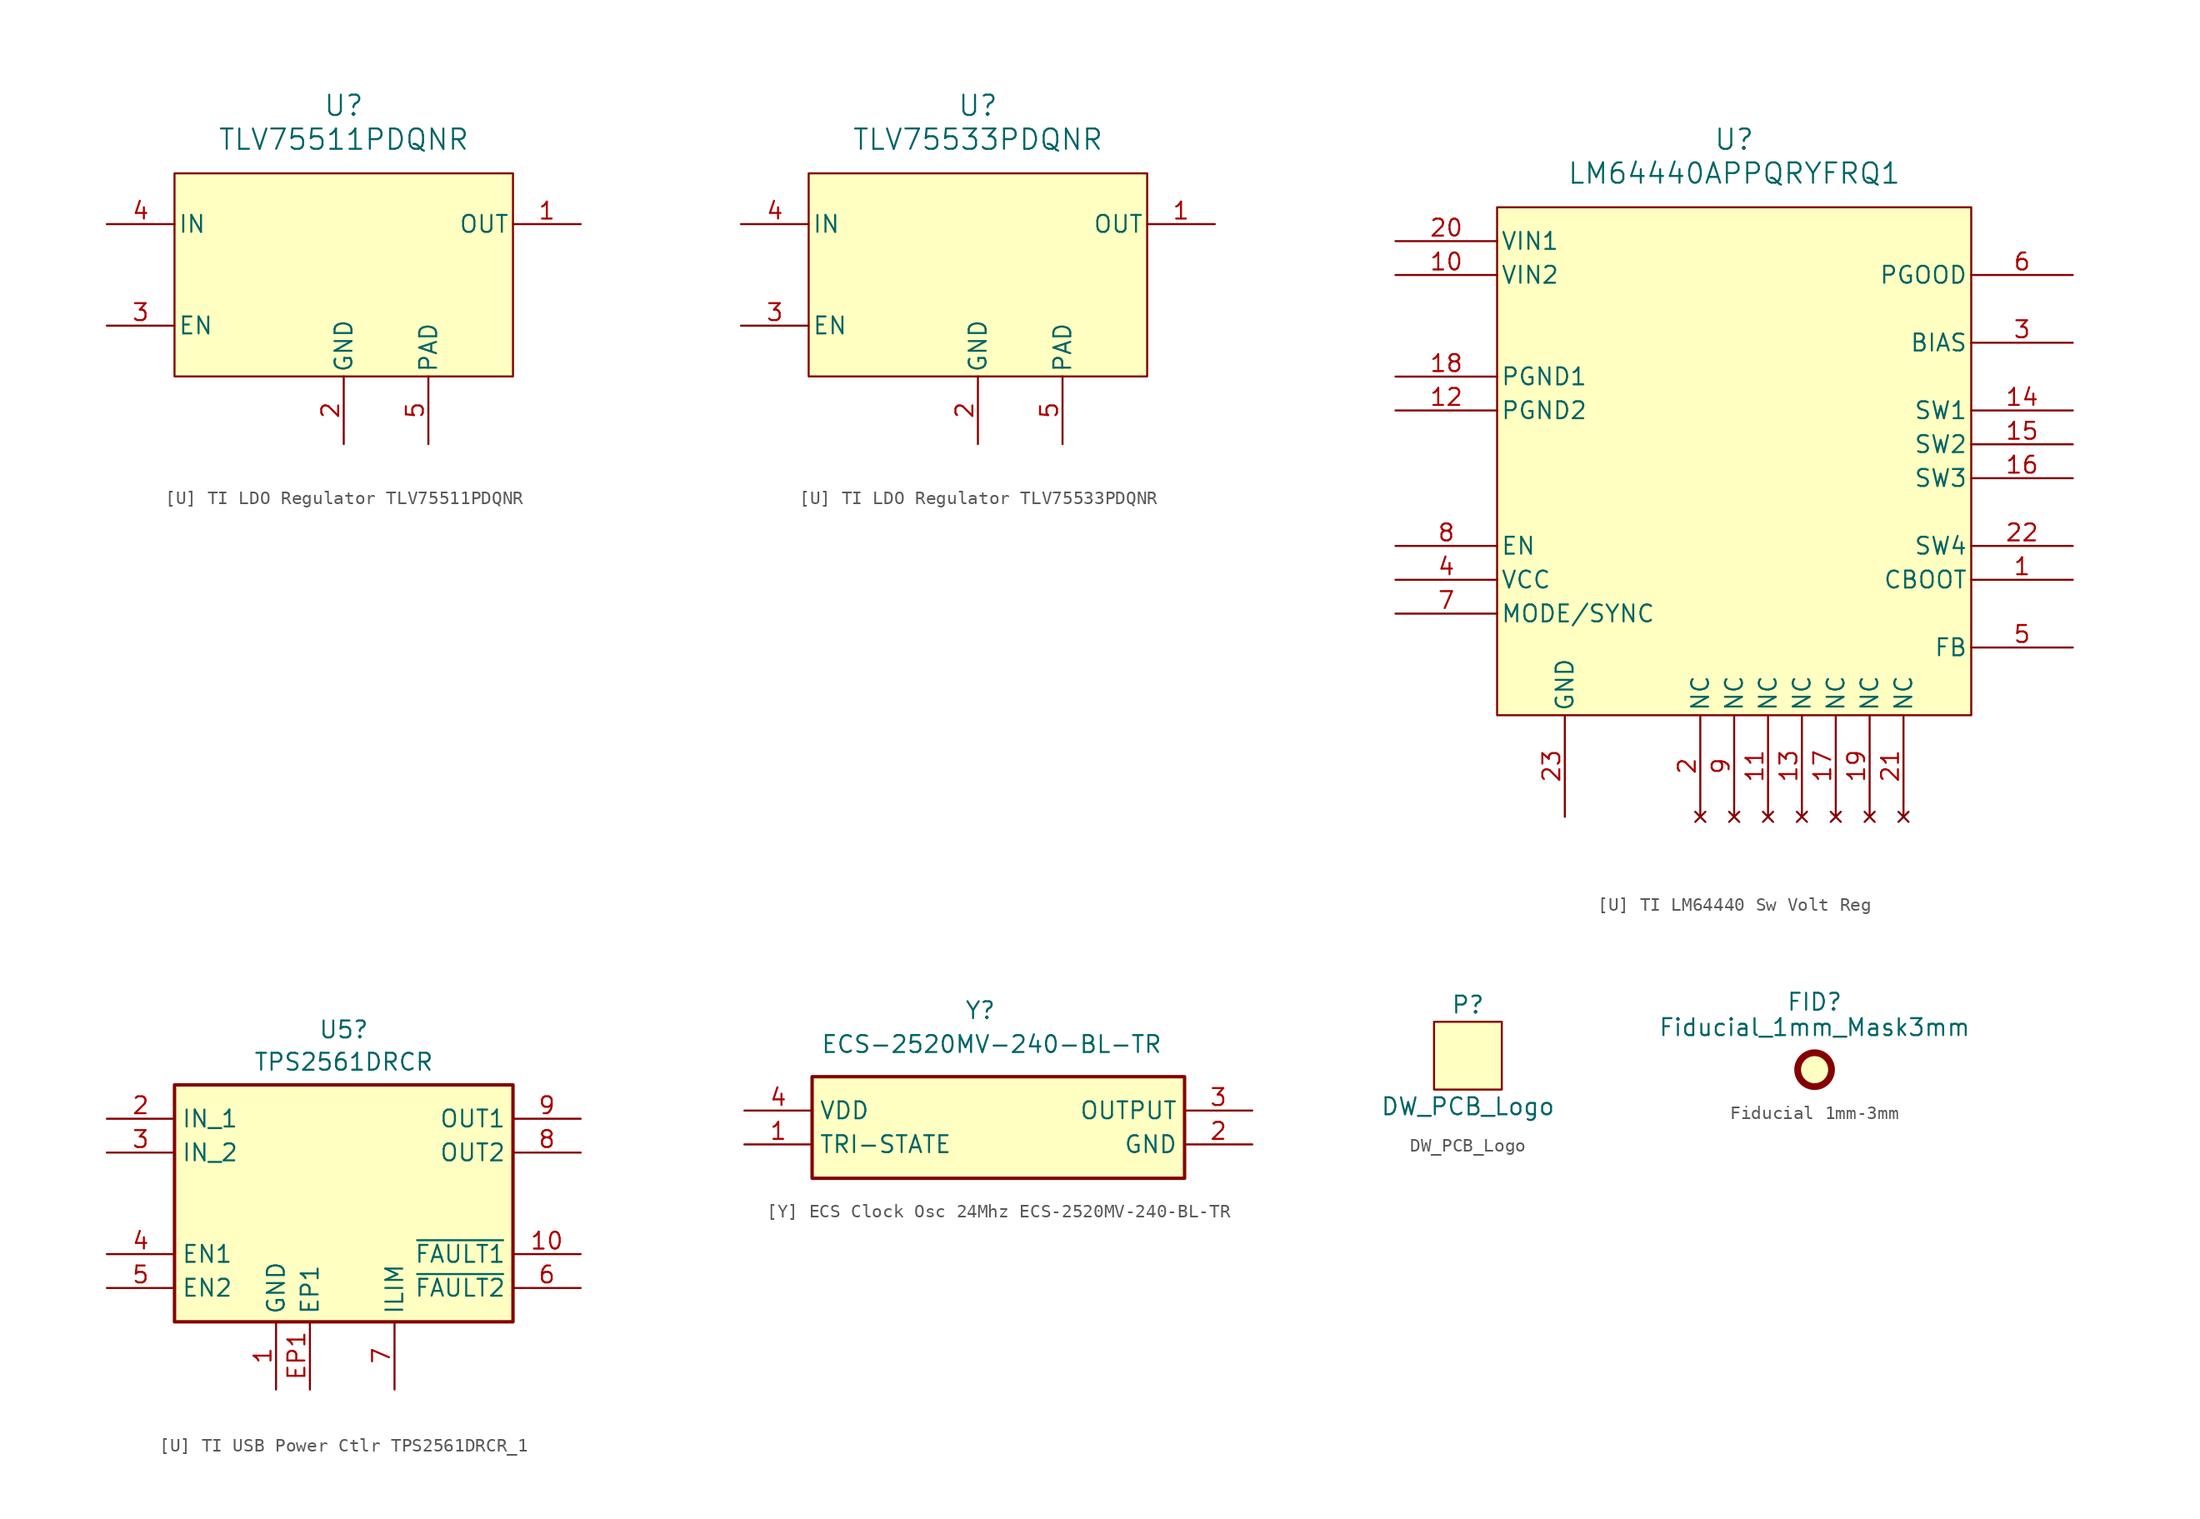
<source format=kicad_sym>
(kicad_symbol_lib
  (version 20241209)
  (generator "kicad_symbol_editor")
  (generator_version "9.0")
  (symbol "[U] TI LDO Regulator TLV75511PDQNR"
    (pin_names
      (offset 0.254))
    (property "Reference" "U"
      (at 0 12.7 0)
      (effects (font (size 1.524 1.524))))
    (property "Value" "TLV75511PDQNR"
      (at 0 10.16 0)
      (effects (font (size 1.524 1.524))))
    (symbol "[U] TI LDO Regulator TLV75511PDQNR_0_1"
      (pin passive line (at -17.78 3.81 0) (length 5.08) (name "IN" (effects (font (size 1.27 1.27)))) (number "4" (effects (font (size 1.27 1.27)))))
      (pin passive line (at -17.78 -3.81 0) (length 5.08) (name "EN" (effects (font (size 1.27 1.27)))) (number "3" (effects (font (size 1.27 1.27)))))
      (pin passive line (at 0 -12.7 90) (length 5.08) (name "GND" (effects (font (size 1.27 1.27)))) (number "2" (effects (font (size 1.27 1.27)))))
      (pin passive line (at 6.35 -12.7 90) (length 5.08) (name "PAD" (effects (font (size 1.27 1.27)))) (number "5" (effects (font (size 1.27 1.27)))))
      (pin passive line (at 17.78 3.81 180) (length 5.08) (name "OUT" (effects (font (size 1.27 1.27)))) (number "1" (effects (font (size 1.27 1.27))))))
    (symbol "[U] TI LDO Regulator TLV75511PDQNR_1_1"
      (rectangle (start -12.7 7.62) (end 12.7 -7.62) (stroke (width 0) (type solid)) (fill (type background)))))
  (symbol "[U] TI LDO Regulator TLV75533PDQNR"
    (pin_names
      (offset 0.254))
    (property "Reference" "U"
      (at 0 12.7 0)
      (effects (font (size 1.524 1.524))))
    (property "Value" "TLV75533PDQNR"
      (at 0 10.16 0)
      (effects (font (size 1.524 1.524))))
    (symbol "[U] TI LDO Regulator TLV75533PDQNR_0_1"
      (pin passive line (at -17.78 3.81 0) (length 5.08) (name "IN" (effects (font (size 1.27 1.27)))) (number "4" (effects (font (size 1.27 1.27)))))
      (pin passive line (at -17.78 -3.81 0) (length 5.08) (name "EN" (effects (font (size 1.27 1.27)))) (number "3" (effects (font (size 1.27 1.27)))))
      (pin passive line (at 0 -12.7 90) (length 5.08) (name "GND" (effects (font (size 1.27 1.27)))) (number "2" (effects (font (size 1.27 1.27)))))
      (pin passive line (at 6.35 -12.7 90) (length 5.08) (name "PAD" (effects (font (size 1.27 1.27)))) (number "5" (effects (font (size 1.27 1.27)))))
      (pin passive line (at 17.78 3.81 180) (length 5.08) (name "OUT" (effects (font (size 1.27 1.27)))) (number "1" (effects (font (size 1.27 1.27))))))
    (symbol "[U] TI LDO Regulator TLV75533PDQNR_1_1"
      (rectangle (start -12.7 7.62) (end 12.7 -7.62) (stroke (width 0) (type solid)) (fill (type background)))))
  (symbol "[U] TI LM64440 Sw Volt Reg"
    (pin_names
      (offset 0.254))
    (property "Reference" "U"
      (at 25.4 7.62 0)
      (effects (font (size 1.524 1.524))))
    (property "Value" "LM64440APPQRYFRQ1"
      (at 25.4 5.08 0)
      (effects (font (size 1.524 1.524))))
    (symbol "[U] TI LM64440 Sw Volt Reg_0_1"
      (pin passive line (at 0 0 0) (length 7.62) (name "VIN1" (effects (font (size 1.27 1.27)))) (number "20" (effects (font (size 1.27 1.27)))))
      (pin passive line (at 0 -2.54 0) (length 7.62) (name "VIN2" (effects (font (size 1.27 1.27)))) (number "10" (effects (font (size 1.27 1.27)))))
      (pin passive line (at 0 -10.16 0) (length 7.62) (name "PGND1" (effects (font (size 1.27 1.27)))) (number "18" (effects (font (size 1.27 1.27)))))
      (pin passive line (at 0 -12.7 0) (length 7.62) (name "PGND2" (effects (font (size 1.27 1.27)))) (number "12" (effects (font (size 1.27 1.27)))))
      (pin passive line (at 0 -25.4 0) (length 7.62) (name "VCC" (effects (font (size 1.27 1.27)))) (number "4" (effects (font (size 1.27 1.27)))))
      (pin passive line (at 12.7 -43.18 90) (length 7.62) (name "GND" (effects (font (size 1.27 1.27)))) (number "23" (effects (font (size 1.27 1.27)))))
      (pin no_connect line (at 22.86 -43.18 90) (length 7.62) (name "NC" (effects (font (size 1.27 1.27)))) (number "2" (effects (font (size 1.27 1.27)))))
      (pin no_connect line (at 25.4 -43.18 90) (length 7.62) (name "NC" (effects (font (size 1.27 1.27)))) (number "9" (effects (font (size 1.27 1.27)))))
      (pin no_connect line (at 27.94 -43.18 90) (length 7.62) (name "NC" (effects (font (size 1.27 1.27)))) (number "11" (effects (font (size 1.27 1.27)))))
      (pin no_connect line (at 30.48 -43.18 90) (length 7.62) (name "NC" (effects (font (size 1.27 1.27)))) (number "13" (effects (font (size 1.27 1.27)))))
      (pin no_connect line (at 33.02 -43.18 90) (length 7.62) (name "NC" (effects (font (size 1.27 1.27)))) (number "17" (effects (font (size 1.27 1.27)))))
      (pin no_connect line (at 35.56 -43.18 90) (length 7.62) (name "NC" (effects (font (size 1.27 1.27)))) (number "19" (effects (font (size 1.27 1.27)))))
      (pin no_connect line (at 38.1 -43.18 90) (length 7.62) (name "NC" (effects (font (size 1.27 1.27)))) (number "21" (effects (font (size 1.27 1.27)))))
      (pin passive line (at 50.8 -2.54 180) (length 7.62) (name "PGOOD" (effects (font (size 1.27 1.27)))) (number "6" (effects (font (size 1.27 1.27)))))
      (pin passive line (at 50.8 -7.62 180) (length 7.62) (name "BIAS" (effects (font (size 1.27 1.27)))) (number "3" (effects (font (size 1.27 1.27)))))
      (pin passive line (at 50.8 -12.7 180) (length 7.62) (name "SW1" (effects (font (size 1.27 1.27)))) (number "14" (effects (font (size 1.27 1.27)))))
      (pin passive line (at 50.8 -15.24 180) (length 7.62) (name "SW2" (effects (font (size 1.27 1.27)))) (number "15" (effects (font (size 1.27 1.27)))))
      (pin passive line (at 50.8 -17.78 180) (length 7.62) (name "SW3" (effects (font (size 1.27 1.27)))) (number "16" (effects (font (size 1.27 1.27)))))
      (pin passive line (at 50.8 -22.86 180) (length 7.62) (name "SW4" (effects (font (size 1.27 1.27)))) (number "22" (effects (font (size 1.27 1.27)))))
      (pin passive line (at 50.8 -25.4 180) (length 7.62) (name "CBOOT" (effects (font (size 1.27 1.27)))) (number "1" (effects (font (size 1.27 1.27)))))
      (pin passive line (at 50.8 -30.48 180) (length 7.62) (name "FB" (effects (font (size 1.27 1.27)))) (number "5" (effects (font (size 1.27 1.27))))))
    (symbol "[U] TI LM64440 Sw Volt Reg_1_1"
      (rectangle (start 7.62 2.54) (end 43.18 -35.56) (stroke (width 0) (type solid)) (fill (type background)))
      (pin passive line (at 0 -22.86 0) (length 7.62) (name "EN" (effects (font (size 1.27 1.27)))) (number "8" (effects (font (size 1.27 1.27)))))
      (pin passive line (at 0 -27.94 0) (length 7.62) (name "MODE/SYNC" (effects (font (size 1.27 1.27)))) (number "7" (effects (font (size 1.27 1.27)))))))
  (symbol "[U] TI USB Power Ctlr TPS2561DRCR_1"
    (property "Reference" "U5"
      (at 17.78 6.684 0)
      (effects (font (size 1.27 1.27))))
    (property "Value" "TPS2561DRCR"
      (at 17.78 4.26 0)
      (effects (font (size 1.27 1.27))))
    (symbol "[U] TI USB Power Ctlr TPS2561DRCR_1_1_1"
      (rectangle (start 5.08 2.54) (end 30.48 -15.24) (stroke (width 0.254) (type default)) (fill (type background)))
      (pin passive line (at 0 0 0) (length 5.08) (name "IN_1" (effects (font (size 1.27 1.27)))) (number "2" (effects (font (size 1.27 1.27)))))
      (pin passive line (at 0 -2.54 0) (length 5.08) (name "IN_2" (effects (font (size 1.27 1.27)))) (number "3" (effects (font (size 1.27 1.27)))))
      (pin passive line (at 0 -10.16 0) (length 5.08) (name "EN1" (effects (font (size 1.27 1.27)))) (number "4" (effects (font (size 1.27 1.27)))))
      (pin passive line (at 0 -12.7 0) (length 5.08) (name "EN2" (effects (font (size 1.27 1.27)))) (number "5" (effects (font (size 1.27 1.27)))))
      (pin passive line (at 12.7 -20.32 90) (length 5.08) (name "GND" (effects (font (size 1.27 1.27)))) (number "1" (effects (font (size 1.27 1.27)))))
      (pin passive line (at 15.24 -20.32 90) (length 5.08) (name "EP1" (effects (font (size 1.27 1.27)))) (number "EP1" (effects (font (size 1.27 1.27)))))
      (pin passive line (at 21.59 -20.32 90) (length 5.08) (name "ILIM" (effects (font (size 1.27 1.27)))) (number "7" (effects (font (size 1.27 1.27)))))
      (pin passive line (at 35.56 0 180) (length 5.08) (name "OUT1" (effects (font (size 1.27 1.27)))) (number "9" (effects (font (size 1.27 1.27)))))
      (pin passive line (at 35.56 -2.54 180) (length 5.08) (name "OUT2" (effects (font (size 1.27 1.27)))) (number "8" (effects (font (size 1.27 1.27)))))
      (pin passive line (at 35.56 -10.16 180) (length 5.08) (name "~{FAULT1}" (effects (font (size 1.27 1.27)))) (number "10" (effects (font (size 1.27 1.27)))))
      (pin passive line (at 35.56 -12.7 180) (length 5.08) (name "~{FAULT2}" (effects (font (size 1.27 1.27)))) (number "6" (effects (font (size 1.27 1.27)))))))
  (symbol "[Y] ECS Clock Osc 24Mhz ECS-2520MV-240-BL-TR"
    (property "Reference" "Y"
      (at 16.51 8.255 0)
      (effects (font (size 1.27 1.27)) (justify left top)))
    (property "Value" "ECS-2520MV-240-BL-TR"
      (at 5.715 5.715 0)
      (effects (font (size 1.27 1.27)) (justify left top)))
    (symbol "[Y] ECS Clock Osc 24Mhz ECS-2520MV-240-BL-TR_1_1"
      (rectangle (start 5.08 2.54) (end 33.02 -5.08) (stroke (width 0.254) (type default)) (fill (type background)))
      (pin passive line (at 0 0 0) (length 5.08) (name "VDD" (effects (font (size 1.27 1.27)))) (number "4" (effects (font (size 1.27 1.27)))))
      (pin passive line (at 0 -2.54 0) (length 5.08) (name "TRI-STATE" (effects (font (size 1.27 1.27)))) (number "1" (effects (font (size 1.27 1.27)))))
      (pin passive line (at 38.1 0 180) (length 5.08) (name "OUTPUT" (effects (font (size 1.27 1.27)))) (number "3" (effects (font (size 1.27 1.27)))))
      (pin passive line (at 38.1 -2.54 180) (length 5.08) (name "GND" (effects (font (size 1.27 1.27)))) (number "2" (effects (font (size 1.27 1.27)))))))
  (symbol "DW_PCB_Logo"
    (property "Reference" "P"
      (at 0 3.81 0)
      (effects (font (size 1.27 1.27))))
    (property "Value" "DW_PCB_Logo"
      (at 0 -3.81 0)
      (effects (font (size 1.27 1.27))))
    (symbol "DW_PCB_Logo_0_1"
      (rectangle (start -2.54 2.54) (end 2.54 -2.54) (stroke (width 0.152) (type default)) (fill (type background)))))
  (symbol "Fiducial 1mm-3mm"
    (property "Reference" "FID"
      (at 0 5.08 0)
      (effects (font (size 1.27 1.27))))
    (property "Value" "Fiducial_1mm_Mask3mm"
      (at 0 3.175 0)
      (effects (font (size 1.27 1.27))))
    (symbol "Fiducial 1mm-3mm_0_1"
      (circle (center 0 0) (radius 1.27) (stroke (width 0.508) (type default)) (fill (type background))))))
</source>
